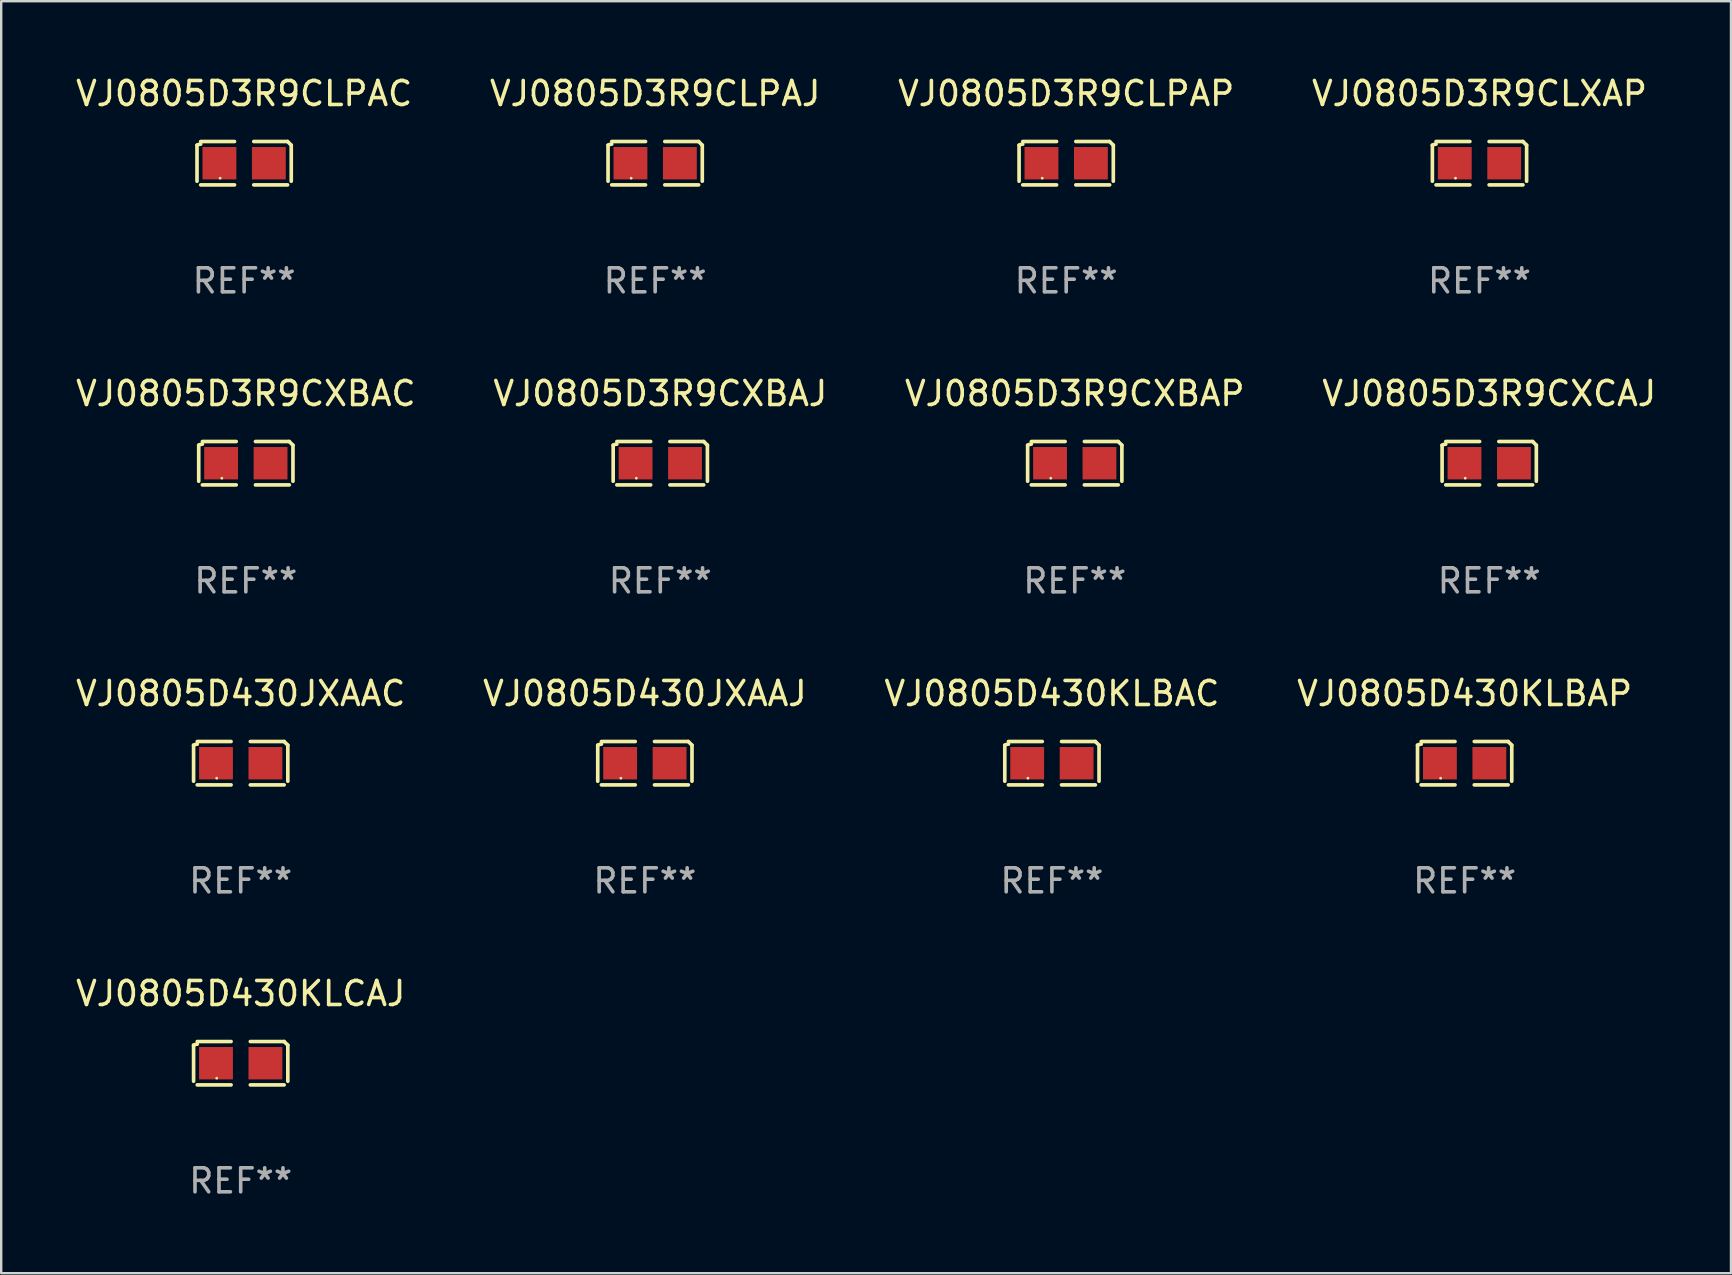
<source format=kicad_pcb>
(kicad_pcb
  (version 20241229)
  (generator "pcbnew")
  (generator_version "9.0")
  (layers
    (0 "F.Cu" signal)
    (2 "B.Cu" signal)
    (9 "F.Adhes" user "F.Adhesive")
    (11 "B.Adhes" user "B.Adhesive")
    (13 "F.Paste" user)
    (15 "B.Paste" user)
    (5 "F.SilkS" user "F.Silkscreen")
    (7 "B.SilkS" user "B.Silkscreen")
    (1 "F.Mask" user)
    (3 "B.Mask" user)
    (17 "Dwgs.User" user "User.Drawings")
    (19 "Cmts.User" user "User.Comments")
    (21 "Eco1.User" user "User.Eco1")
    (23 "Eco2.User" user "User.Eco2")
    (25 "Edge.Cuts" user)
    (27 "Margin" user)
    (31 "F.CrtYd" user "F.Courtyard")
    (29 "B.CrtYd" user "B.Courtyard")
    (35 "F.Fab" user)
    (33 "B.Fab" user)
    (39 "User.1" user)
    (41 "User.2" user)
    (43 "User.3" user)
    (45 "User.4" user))
  (footprint "VJ0805D430KLCAJ"
    (layer "F.Cu")
    (at 6.982 41.263)
    (property "Reference" "VJ0805D430KLCAJ" (at 0 -2.904 0) (layer "F.SilkS") (effects (font (size 1 1) (thickness 0.15))))
    (attr through_hole)
    (fp_line (start -1.964 0.751) (end -1.964 -0.751) (stroke (width 0.152) (type solid)) (layer "F.SilkS"))
    (fp_line (start -1.811 -0.904) (end -0.401 -0.904) (stroke (width 0.152) (type solid)) (layer "F.SilkS"))
    (fp_line (start -0.401 0.904) (end -1.811 0.904) (stroke (width 0.152) (type solid)) (layer "F.SilkS"))
    (fp_line (start 0.401 0.904) (end 1.811 0.904) (stroke (width 0.152) (type solid)) (layer "F.SilkS"))
    (fp_line (start 1.811 -0.904) (end 0.401 -0.904) (stroke (width 0.152) (type solid)) (layer "F.SilkS"))
    (fp_line (start 1.964 0.751) (end 1.964 -0.751) (stroke (width 0.152) (type solid)) (layer "F.SilkS"))
    (fp_arc (start -1.963602 -0.751207) (mid -1.890354 -0.783131) (end -1.811201 -0.794044) (stroke (width 0.1524) (type solid)) (layer "F.SilkS"))
    (fp_arc (start 1.811202 -0.903607) (mid 1.887413 -0.827418) (end 1.963602 -0.751207) (stroke (width 0.1524) (type solid)) (layer "F.SilkS"))
    (fp_circle (center -1 0.625) (end -0.97 0.625) (stroke (width 0.06) (type solid)) (fill no) (layer "F.SilkS"))
    (fp_text user "REF**" (at 0 4.904 0) (layer "F.Fab") (effects (font (size 1 1) (thickness 0.15))))
    (pad "1" smd rect (at -1.03 0) (size 1.41 1.35) (layers "F.Cu" "F.Mask" "F.Paste"))
    (pad "2" smd rect (at 1.03 0) (size 1.41 1.35) (layers "F.Cu" "F.Mask" "F.Paste")))
  (footprint "VJ0805D3R9CXBAJ"
    (layer "F.Cu")
    (at 24.47 16.256)
    (property "Reference" "VJ0805D3R9CXBAJ" (at 0 -2.904 0) (layer "F.SilkS") (effects (font (size 1 1) (thickness 0.15))))
    (attr through_hole)
    (fp_line (start -1.964 0.751) (end -1.964 -0.751) (stroke (width 0.152) (type solid)) (layer "F.SilkS"))
    (fp_line (start -1.811 -0.904) (end -0.401 -0.904) (stroke (width 0.152) (type solid)) (layer "F.SilkS"))
    (fp_line (start -0.401 0.904) (end -1.811 0.904) (stroke (width 0.152) (type solid)) (layer "F.SilkS"))
    (fp_line (start 0.401 0.904) (end 1.811 0.904) (stroke (width 0.152) (type solid)) (layer "F.SilkS"))
    (fp_line (start 1.811 -0.904) (end 0.401 -0.904) (stroke (width 0.152) (type solid)) (layer "F.SilkS"))
    (fp_line (start 1.964 0.751) (end 1.964 -0.751) (stroke (width 0.152) (type solid)) (layer "F.SilkS"))
    (fp_arc (start -1.963602 -0.751207) (mid -1.890354 -0.783131) (end -1.811201 -0.794044) (stroke (width 0.1524) (type solid)) (layer "F.SilkS"))
    (fp_arc (start 1.811202 -0.903607) (mid 1.887413 -0.827418) (end 1.963602 -0.751207) (stroke (width 0.1524) (type solid)) (layer "F.SilkS"))
    (fp_circle (center -1 0.625) (end -0.97 0.625) (stroke (width 0.06) (type solid)) (fill no) (layer "F.SilkS"))
    (fp_text user "REF**" (at 0 4.904 0) (layer "F.Fab") (effects (font (size 1 1) (thickness 0.15))))
    (pad "1" smd rect (at -1.03 0) (size 1.41 1.35) (layers "F.Cu" "F.Mask" "F.Paste"))
    (pad "2" smd rect (at 1.03 0) (size 1.41 1.35) (layers "F.Cu" "F.Mask" "F.Paste")))
  (footprint "VJ0805D3R9CXBAP"
    (layer "F.Cu")
    (at 41.744 16.256)
    (property "Reference" "VJ0805D3R9CXBAP" (at 0 -2.904 0) (layer "F.SilkS") (effects (font (size 1 1) (thickness 0.15))))
    (attr through_hole)
    (fp_line (start -1.964 0.751) (end -1.964 -0.751) (stroke (width 0.152) (type solid)) (layer "F.SilkS"))
    (fp_line (start -1.811 -0.904) (end -0.401 -0.904) (stroke (width 0.152) (type solid)) (layer "F.SilkS"))
    (fp_line (start -0.401 0.904) (end -1.811 0.904) (stroke (width 0.152) (type solid)) (layer "F.SilkS"))
    (fp_line (start 0.401 0.904) (end 1.811 0.904) (stroke (width 0.152) (type solid)) (layer "F.SilkS"))
    (fp_line (start 1.811 -0.904) (end 0.401 -0.904) (stroke (width 0.152) (type solid)) (layer "F.SilkS"))
    (fp_line (start 1.964 0.751) (end 1.964 -0.751) (stroke (width 0.152) (type solid)) (layer "F.SilkS"))
    (fp_arc (start -1.963602 -0.751207) (mid -1.890354 -0.783131) (end -1.811201 -0.794044) (stroke (width 0.1524) (type solid)) (layer "F.SilkS"))
    (fp_arc (start 1.811202 -0.903607) (mid 1.887413 -0.827418) (end 1.963602 -0.751207) (stroke (width 0.1524) (type solid)) (layer "F.SilkS"))
    (fp_circle (center -1 0.625) (end -0.97 0.625) (stroke (width 0.06) (type solid)) (fill no) (layer "F.SilkS"))
    (fp_text user "REF**" (at 0 4.904 0) (layer "F.Fab") (effects (font (size 1 1) (thickness 0.15))))
    (pad "1" smd rect (at -1.03 0) (size 1.41 1.35) (layers "F.Cu" "F.Mask" "F.Paste"))
    (pad "2" smd rect (at 1.03 0) (size 1.41 1.35) (layers "F.Cu" "F.Mask" "F.Paste")))
  (footprint "VJ0805D3R9CLPAP"
    (layer "F.Cu")
    (at 41.387 3.752)
    (property "Reference" "VJ0805D3R9CLPAP" (at 0 -2.904 0) (layer "F.SilkS") (effects (font (size 1 1) (thickness 0.15))))
    (attr through_hole)
    (fp_line (start -1.964 0.751) (end -1.964 -0.751) (stroke (width 0.152) (type solid)) (layer "F.SilkS"))
    (fp_line (start -1.811 -0.904) (end -0.401 -0.904) (stroke (width 0.152) (type solid)) (layer "F.SilkS"))
    (fp_line (start -0.401 0.904) (end -1.811 0.904) (stroke (width 0.152) (type solid)) (layer "F.SilkS"))
    (fp_line (start 0.401 0.904) (end 1.811 0.904) (stroke (width 0.152) (type solid)) (layer "F.SilkS"))
    (fp_line (start 1.811 -0.904) (end 0.401 -0.904) (stroke (width 0.152) (type solid)) (layer "F.SilkS"))
    (fp_line (start 1.964 0.751) (end 1.964 -0.751) (stroke (width 0.152) (type solid)) (layer "F.SilkS"))
    (fp_arc (start -1.963602 -0.751207) (mid -1.890354 -0.783131) (end -1.811201 -0.794044) (stroke (width 0.1524) (type solid)) (layer "F.SilkS"))
    (fp_arc (start 1.811202 -0.903607) (mid 1.887413 -0.827418) (end 1.963602 -0.751207) (stroke (width 0.1524) (type solid)) (layer "F.SilkS"))
    (fp_circle (center -1 0.625) (end -0.97 0.625) (stroke (width 0.06) (type solid)) (fill no) (layer "F.SilkS"))
    (fp_text user "REF**" (at 0 4.904 0) (layer "F.Fab") (effects (font (size 1 1) (thickness 0.15))))
    (pad "1" smd rect (at -1.03 0) (size 1.41 1.35) (layers "F.Cu" "F.Mask" "F.Paste"))
    (pad "2" smd rect (at 1.03 0) (size 1.41 1.35) (layers "F.Cu" "F.Mask" "F.Paste")))
  (footprint "VJ0805D3R9CXCAJ"
    (layer "F.Cu")
    (at 59.018 16.256)
    (property "Reference" "VJ0805D3R9CXCAJ" (at 0 -2.904 0) (layer "F.SilkS") (effects (font (size 1 1) (thickness 0.15))))
    (attr through_hole)
    (fp_line (start -1.964 0.751) (end -1.964 -0.751) (stroke (width 0.152) (type solid)) (layer "F.SilkS"))
    (fp_line (start -1.811 -0.904) (end -0.401 -0.904) (stroke (width 0.152) (type solid)) (layer "F.SilkS"))
    (fp_line (start -0.401 0.904) (end -1.811 0.904) (stroke (width 0.152) (type solid)) (layer "F.SilkS"))
    (fp_line (start 0.401 0.904) (end 1.811 0.904) (stroke (width 0.152) (type solid)) (layer "F.SilkS"))
    (fp_line (start 1.811 -0.904) (end 0.401 -0.904) (stroke (width 0.152) (type solid)) (layer "F.SilkS"))
    (fp_line (start 1.964 0.751) (end 1.964 -0.751) (stroke (width 0.152) (type solid)) (layer "F.SilkS"))
    (fp_arc (start -1.963602 -0.751207) (mid -1.890354 -0.783131) (end -1.811201 -0.794044) (stroke (width 0.1524) (type solid)) (layer "F.SilkS"))
    (fp_arc (start 1.811202 -0.903607) (mid 1.887413 -0.827418) (end 1.963602 -0.751207) (stroke (width 0.1524) (type solid)) (layer "F.SilkS"))
    (fp_circle (center -1 0.625) (end -0.97 0.625) (stroke (width 0.06) (type solid)) (fill no) (layer "F.SilkS"))
    (fp_text user "REF**" (at 0 4.904 0) (layer "F.Fab") (effects (font (size 1 1) (thickness 0.15))))
    (pad "1" smd rect (at -1.03 0) (size 1.41 1.35) (layers "F.Cu" "F.Mask" "F.Paste"))
    (pad "2" smd rect (at 1.03 0) (size 1.41 1.35) (layers "F.Cu" "F.Mask" "F.Paste")))
  (footprint "VJ0805D3R9CLXAP"
    (layer "F.Cu")
    (at 58.613 3.752)
    (property "Reference" "VJ0805D3R9CLXAP" (at 0 -2.904 0) (layer "F.SilkS") (effects (font (size 1 1) (thickness 0.15))))
    (attr through_hole)
    (fp_line (start -1.964 0.751) (end -1.964 -0.751) (stroke (width 0.152) (type solid)) (layer "F.SilkS"))
    (fp_line (start -1.811 -0.904) (end -0.401 -0.904) (stroke (width 0.152) (type solid)) (layer "F.SilkS"))
    (fp_line (start -0.401 0.904) (end -1.811 0.904) (stroke (width 0.152) (type solid)) (layer "F.SilkS"))
    (fp_line (start 0.401 0.904) (end 1.811 0.904) (stroke (width 0.152) (type solid)) (layer "F.SilkS"))
    (fp_line (start 1.811 -0.904) (end 0.401 -0.904) (stroke (width 0.152) (type solid)) (layer "F.SilkS"))
    (fp_line (start 1.964 0.751) (end 1.964 -0.751) (stroke (width 0.152) (type solid)) (layer "F.SilkS"))
    (fp_arc (start -1.963602 -0.751207) (mid -1.890354 -0.783131) (end -1.811201 -0.794044) (stroke (width 0.1524) (type solid)) (layer "F.SilkS"))
    (fp_arc (start 1.811202 -0.903607) (mid 1.887413 -0.827418) (end 1.963602 -0.751207) (stroke (width 0.1524) (type solid)) (layer "F.SilkS"))
    (fp_circle (center -1 0.625) (end -0.97 0.625) (stroke (width 0.06) (type solid)) (fill no) (layer "F.SilkS"))
    (fp_text user "REF**" (at 0 4.904 0) (layer "F.Fab") (effects (font (size 1 1) (thickness 0.15))))
    (pad "1" smd rect (at -1.03 0) (size 1.41 1.35) (layers "F.Cu" "F.Mask" "F.Paste"))
    (pad "2" smd rect (at 1.03 0) (size 1.41 1.35) (layers "F.Cu" "F.Mask" "F.Paste")))
  (footprint "VJ0805D3R9CXBAC"
    (layer "F.Cu")
    (at 7.196 16.256)
    (property "Reference" "VJ0805D3R9CXBAC" (at 0 -2.904 0) (layer "F.SilkS") (effects (font (size 1 1) (thickness 0.15))))
    (attr through_hole)
    (fp_line (start -1.964 0.751) (end -1.964 -0.751) (stroke (width 0.152) (type solid)) (layer "F.SilkS"))
    (fp_line (start -1.811 -0.904) (end -0.401 -0.904) (stroke (width 0.152) (type solid)) (layer "F.SilkS"))
    (fp_line (start -0.401 0.904) (end -1.811 0.904) (stroke (width 0.152) (type solid)) (layer "F.SilkS"))
    (fp_line (start 0.401 0.904) (end 1.811 0.904) (stroke (width 0.152) (type solid)) (layer "F.SilkS"))
    (fp_line (start 1.811 -0.904) (end 0.401 -0.904) (stroke (width 0.152) (type solid)) (layer "F.SilkS"))
    (fp_line (start 1.964 0.751) (end 1.964 -0.751) (stroke (width 0.152) (type solid)) (layer "F.SilkS"))
    (fp_arc (start -1.963602 -0.751207) (mid -1.890354 -0.783131) (end -1.811201 -0.794044) (stroke (width 0.1524) (type solid)) (layer "F.SilkS"))
    (fp_arc (start 1.811202 -0.903607) (mid 1.887413 -0.827418) (end 1.963602 -0.751207) (stroke (width 0.1524) (type solid)) (layer "F.SilkS"))
    (fp_circle (center -1 0.625) (end -0.97 0.625) (stroke (width 0.06) (type solid)) (fill no) (layer "F.SilkS"))
    (fp_text user "REF**" (at 0 4.904 0) (layer "F.Fab") (effects (font (size 1 1) (thickness 0.15))))
    (pad "1" smd rect (at -1.03 0) (size 1.41 1.35) (layers "F.Cu" "F.Mask" "F.Paste"))
    (pad "2" smd rect (at 1.03 0) (size 1.41 1.35) (layers "F.Cu" "F.Mask" "F.Paste")))
  (footprint "VJ0805D430JXAAC"
    (layer "F.Cu")
    (at 6.982 28.759)
    (property "Reference" "VJ0805D430JXAAC" (at 0 -2.904 0) (layer "F.SilkS") (effects (font (size 1 1) (thickness 0.15))))
    (attr through_hole)
    (fp_line (start -1.964 0.751) (end -1.964 -0.751) (stroke (width 0.152) (type solid)) (layer "F.SilkS"))
    (fp_line (start -1.811 -0.904) (end -0.401 -0.904) (stroke (width 0.152) (type solid)) (layer "F.SilkS"))
    (fp_line (start -0.401 0.904) (end -1.811 0.904) (stroke (width 0.152) (type solid)) (layer "F.SilkS"))
    (fp_line (start 0.401 0.904) (end 1.811 0.904) (stroke (width 0.152) (type solid)) (layer "F.SilkS"))
    (fp_line (start 1.811 -0.904) (end 0.401 -0.904) (stroke (width 0.152) (type solid)) (layer "F.SilkS"))
    (fp_line (start 1.964 0.751) (end 1.964 -0.751) (stroke (width 0.152) (type solid)) (layer "F.SilkS"))
    (fp_arc (start -1.963602 -0.751207) (mid -1.890354 -0.783131) (end -1.811201 -0.794044) (stroke (width 0.1524) (type solid)) (layer "F.SilkS"))
    (fp_arc (start 1.811202 -0.903607) (mid 1.887413 -0.827418) (end 1.963602 -0.751207) (stroke (width 0.1524) (type solid)) (layer "F.SilkS"))
    (fp_circle (center -1 0.625) (end -0.97 0.625) (stroke (width 0.06) (type solid)) (fill no) (layer "F.SilkS"))
    (fp_text user "REF**" (at 0 4.904 0) (layer "F.Fab") (effects (font (size 1 1) (thickness 0.15))))
    (pad "1" smd rect (at -1.03 0) (size 1.41 1.35) (layers "F.Cu" "F.Mask" "F.Paste"))
    (pad "2" smd rect (at 1.03 0) (size 1.41 1.35) (layers "F.Cu" "F.Mask" "F.Paste")))
  (footprint "VJ0805D3R9CLPAJ"
    (layer "F.Cu")
    (at 24.256 3.752)
    (property "Reference" "VJ0805D3R9CLPAJ" (at 0 -2.904 0) (layer "F.SilkS") (effects (font (size 1 1) (thickness 0.15))))
    (attr through_hole)
    (fp_line (start -1.964 0.751) (end -1.964 -0.751) (stroke (width 0.152) (type solid)) (layer "F.SilkS"))
    (fp_line (start -1.811 -0.904) (end -0.401 -0.904) (stroke (width 0.152) (type solid)) (layer "F.SilkS"))
    (fp_line (start -0.401 0.904) (end -1.811 0.904) (stroke (width 0.152) (type solid)) (layer "F.SilkS"))
    (fp_line (start 0.401 0.904) (end 1.811 0.904) (stroke (width 0.152) (type solid)) (layer "F.SilkS"))
    (fp_line (start 1.811 -0.904) (end 0.401 -0.904) (stroke (width 0.152) (type solid)) (layer "F.SilkS"))
    (fp_line (start 1.964 0.751) (end 1.964 -0.751) (stroke (width 0.152) (type solid)) (layer "F.SilkS"))
    (fp_arc (start -1.963602 -0.751207) (mid -1.890354 -0.783131) (end -1.811201 -0.794044) (stroke (width 0.1524) (type solid)) (layer "F.SilkS"))
    (fp_arc (start 1.811202 -0.903607) (mid 1.887413 -0.827418) (end 1.963602 -0.751207) (stroke (width 0.1524) (type solid)) (layer "F.SilkS"))
    (fp_circle (center -1 0.625) (end -0.97 0.625) (stroke (width 0.06) (type solid)) (fill no) (layer "F.SilkS"))
    (fp_text user "REF**" (at 0 4.904 0) (layer "F.Fab") (effects (font (size 1 1) (thickness 0.15))))
    (pad "1" smd rect (at -1.03 0) (size 1.41 1.35) (layers "F.Cu" "F.Mask" "F.Paste"))
    (pad "2" smd rect (at 1.03 0) (size 1.41 1.35) (layers "F.Cu" "F.Mask" "F.Paste")))
  (footprint "VJ0805D430KLBAP"
    (layer "F.Cu")
    (at 57.994 28.759)
    (property "Reference" "VJ0805D430KLBAP" (at 0 -2.904 0) (layer "F.SilkS") (effects (font (size 1 1) (thickness 0.15))))
    (attr through_hole)
    (fp_line (start -1.964 0.751) (end -1.964 -0.751) (stroke (width 0.152) (type solid)) (layer "F.SilkS"))
    (fp_line (start -1.811 -0.904) (end -0.401 -0.904) (stroke (width 0.152) (type solid)) (layer "F.SilkS"))
    (fp_line (start -0.401 0.904) (end -1.811 0.904) (stroke (width 0.152) (type solid)) (layer "F.SilkS"))
    (fp_line (start 0.401 0.904) (end 1.811 0.904) (stroke (width 0.152) (type solid)) (layer "F.SilkS"))
    (fp_line (start 1.811 -0.904) (end 0.401 -0.904) (stroke (width 0.152) (type solid)) (layer "F.SilkS"))
    (fp_line (start 1.964 0.751) (end 1.964 -0.751) (stroke (width 0.152) (type solid)) (layer "F.SilkS"))
    (fp_arc (start -1.963602 -0.751207) (mid -1.890354 -0.783131) (end -1.811201 -0.794044) (stroke (width 0.1524) (type solid)) (layer "F.SilkS"))
    (fp_arc (start 1.811202 -0.903607) (mid 1.887413 -0.827418) (end 1.963602 -0.751207) (stroke (width 0.1524) (type solid)) (layer "F.SilkS"))
    (fp_circle (center -1 0.625) (end -0.97 0.625) (stroke (width 0.06) (type solid)) (fill no) (layer "F.SilkS"))
    (fp_text user "REF**" (at 0 4.904 0) (layer "F.Fab") (effects (font (size 1 1) (thickness 0.15))))
    (pad "1" smd rect (at -1.03 0) (size 1.41 1.35) (layers "F.Cu" "F.Mask" "F.Paste"))
    (pad "2" smd rect (at 1.03 0) (size 1.41 1.35) (layers "F.Cu" "F.Mask" "F.Paste")))
  (footprint "VJ0805D430JXAAJ"
    (layer "F.Cu")
    (at 23.827 28.759)
    (property "Reference" "VJ0805D430JXAAJ" (at 0 -2.904 0) (layer "F.SilkS") (effects (font (size 1 1) (thickness 0.15))))
    (attr through_hole)
    (fp_line (start -1.964 0.751) (end -1.964 -0.751) (stroke (width 0.152) (type solid)) (layer "F.SilkS"))
    (fp_line (start -1.811 -0.904) (end -0.401 -0.904) (stroke (width 0.152) (type solid)) (layer "F.SilkS"))
    (fp_line (start -0.401 0.904) (end -1.811 0.904) (stroke (width 0.152) (type solid)) (layer "F.SilkS"))
    (fp_line (start 0.401 0.904) (end 1.811 0.904) (stroke (width 0.152) (type solid)) (layer "F.SilkS"))
    (fp_line (start 1.811 -0.904) (end 0.401 -0.904) (stroke (width 0.152) (type solid)) (layer "F.SilkS"))
    (fp_line (start 1.964 0.751) (end 1.964 -0.751) (stroke (width 0.152) (type solid)) (layer "F.SilkS"))
    (fp_arc (start -1.963602 -0.751207) (mid -1.890354 -0.783131) (end -1.811201 -0.794044) (stroke (width 0.1524) (type solid)) (layer "F.SilkS"))
    (fp_arc (start 1.811202 -0.903607) (mid 1.887413 -0.827418) (end 1.963602 -0.751207) (stroke (width 0.1524) (type solid)) (layer "F.SilkS"))
    (fp_circle (center -1 0.625) (end -0.97 0.625) (stroke (width 0.06) (type solid)) (fill no) (layer "F.SilkS"))
    (fp_text user "REF**" (at 0 4.904 0) (layer "F.Fab") (effects (font (size 1 1) (thickness 0.15))))
    (pad "1" smd rect (at -1.03 0) (size 1.41 1.35) (layers "F.Cu" "F.Mask" "F.Paste"))
    (pad "2" smd rect (at 1.03 0) (size 1.41 1.35) (layers "F.Cu" "F.Mask" "F.Paste")))
  (footprint "VJ0805D3R9CLPAC"
    (layer "F.Cu")
    (at 7.125 3.752)
    (property "Reference" "VJ0805D3R9CLPAC" (at 0 -2.904 0) (layer "F.SilkS") (effects (font (size 1 1) (thickness 0.15))))
    (attr through_hole)
    (fp_line (start -1.964 0.751) (end -1.964 -0.751) (stroke (width 0.152) (type solid)) (layer "F.SilkS"))
    (fp_line (start -1.811 -0.904) (end -0.401 -0.904) (stroke (width 0.152) (type solid)) (layer "F.SilkS"))
    (fp_line (start -0.401 0.904) (end -1.811 0.904) (stroke (width 0.152) (type solid)) (layer "F.SilkS"))
    (fp_line (start 0.401 0.904) (end 1.811 0.904) (stroke (width 0.152) (type solid)) (layer "F.SilkS"))
    (fp_line (start 1.811 -0.904) (end 0.401 -0.904) (stroke (width 0.152) (type solid)) (layer "F.SilkS"))
    (fp_line (start 1.964 0.751) (end 1.964 -0.751) (stroke (width 0.152) (type solid)) (layer "F.SilkS"))
    (fp_arc (start -1.963602 -0.751207) (mid -1.890354 -0.783131) (end -1.811201 -0.794044) (stroke (width 0.1524) (type solid)) (layer "F.SilkS"))
    (fp_arc (start 1.811202 -0.903607) (mid 1.887413 -0.827418) (end 1.963602 -0.751207) (stroke (width 0.1524) (type solid)) (layer "F.SilkS"))
    (fp_circle (center -1 0.625) (end -0.97 0.625) (stroke (width 0.06) (type solid)) (fill no) (layer "F.SilkS"))
    (fp_text user "REF**" (at 0 4.904 0) (layer "F.Fab") (effects (font (size 1 1) (thickness 0.15))))
    (pad "1" smd rect (at -1.03 0) (size 1.41 1.35) (layers "F.Cu" "F.Mask" "F.Paste"))
    (pad "2" smd rect (at 1.03 0) (size 1.41 1.35) (layers "F.Cu" "F.Mask" "F.Paste")))
  (footprint "VJ0805D430KLBAC"
    (layer "F.Cu")
    (at 40.792 28.759)
    (property "Reference" "VJ0805D430KLBAC" (at 0 -2.904 0) (layer "F.SilkS") (effects (font (size 1 1) (thickness 0.15))))
    (attr through_hole)
    (fp_line (start -1.964 0.751) (end -1.964 -0.751) (stroke (width 0.152) (type solid)) (layer "F.SilkS"))
    (fp_line (start -1.811 -0.904) (end -0.401 -0.904) (stroke (width 0.152) (type solid)) (layer "F.SilkS"))
    (fp_line (start -0.401 0.904) (end -1.811 0.904) (stroke (width 0.152) (type solid)) (layer "F.SilkS"))
    (fp_line (start 0.401 0.904) (end 1.811 0.904) (stroke (width 0.152) (type solid)) (layer "F.SilkS"))
    (fp_line (start 1.811 -0.904) (end 0.401 -0.904) (stroke (width 0.152) (type solid)) (layer "F.SilkS"))
    (fp_line (start 1.964 0.751) (end 1.964 -0.751) (stroke (width 0.152) (type solid)) (layer "F.SilkS"))
    (fp_arc (start -1.963602 -0.751207) (mid -1.890354 -0.783131) (end -1.811201 -0.794044) (stroke (width 0.1524) (type solid)) (layer "F.SilkS"))
    (fp_arc (start 1.811202 -0.903607) (mid 1.887413 -0.827418) (end 1.963602 -0.751207) (stroke (width 0.1524) (type solid)) (layer "F.SilkS"))
    (fp_circle (center -1 0.625) (end -0.97 0.625) (stroke (width 0.06) (type solid)) (fill no) (layer "F.SilkS"))
    (fp_text user "REF**" (at 0 4.904 0) (layer "F.Fab") (effects (font (size 1 1) (thickness 0.15))))
    (pad "1" smd rect (at -1.03 0) (size 1.41 1.35) (layers "F.Cu" "F.Mask" "F.Paste"))
    (pad "2" smd rect (at 1.03 0) (size 1.41 1.35) (layers "F.Cu" "F.Mask" "F.Paste")))
  (gr_rect
    (start -3 -3)
    (end 69.095 50.015)
    (stroke (width 0.1) (type default))
    (fill no)
    (layer "Edge.Cuts")))
</source>
